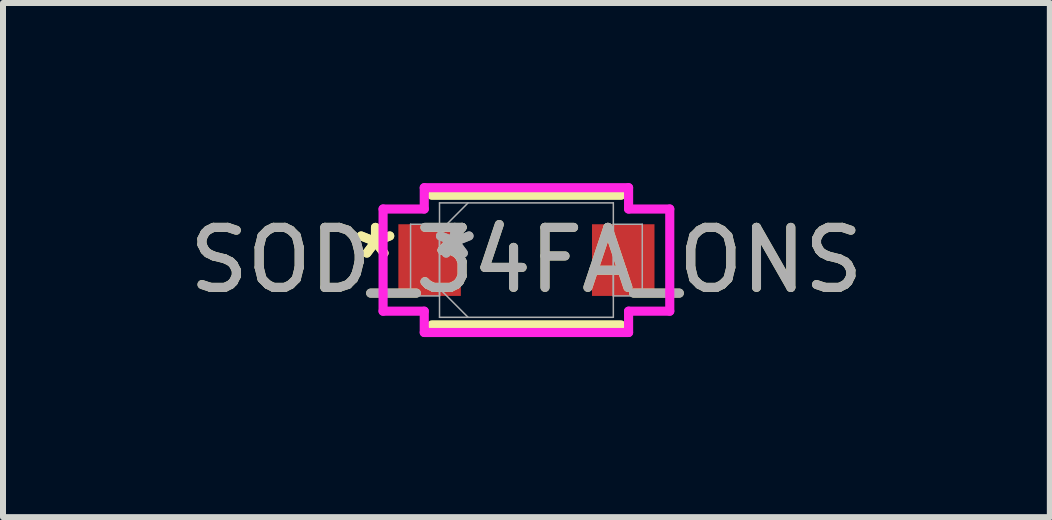
<source format=kicad_pcb>
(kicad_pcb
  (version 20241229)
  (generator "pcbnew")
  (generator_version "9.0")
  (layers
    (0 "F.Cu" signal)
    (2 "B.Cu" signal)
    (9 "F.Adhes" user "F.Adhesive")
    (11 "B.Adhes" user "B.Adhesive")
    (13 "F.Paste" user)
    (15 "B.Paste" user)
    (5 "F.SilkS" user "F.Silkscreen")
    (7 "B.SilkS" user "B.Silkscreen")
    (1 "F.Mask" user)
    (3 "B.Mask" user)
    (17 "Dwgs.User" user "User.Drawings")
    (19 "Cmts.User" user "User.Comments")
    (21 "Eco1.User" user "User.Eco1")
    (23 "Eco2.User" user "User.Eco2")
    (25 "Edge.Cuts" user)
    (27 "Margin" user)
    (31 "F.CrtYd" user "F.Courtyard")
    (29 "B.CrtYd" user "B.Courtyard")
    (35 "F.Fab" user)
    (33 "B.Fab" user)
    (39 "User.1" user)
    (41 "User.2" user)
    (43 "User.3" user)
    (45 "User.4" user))
  (footprint "SOD_34FA_ONS"
    (layer "F.Cu")
    (at 5.72 1.283)
    (property "Reference" "SOD_34FA_ONS" (at 0 0 0) (unlocked yes) (layer "F.SilkS") (effects (font (size 1 1) (thickness 0.15))))
    (attr smd)
    (fp_line (start -1.575 1.079) (end 1.575 1.079) (stroke (width 0.152) (type solid)) (layer "F.SilkS"))
    (fp_line (start 1.575 -1.079) (end -1.575 -1.079) (stroke (width 0.152) (type solid)) (layer "F.SilkS"))
    (fp_line (start -2.388 -0.851) (end -1.702 -0.851) (stroke (width 0.152) (type solid)) (layer "F.CrtYd"))
    (fp_line (start -2.388 0.851) (end -2.388 -0.851) (stroke (width 0.152) (type solid)) (layer "F.CrtYd"))
    (fp_line (start -1.702 -1.206) (end 1.702 -1.206) (stroke (width 0.152) (type solid)) (layer "F.CrtYd"))
    (fp_line (start -1.702 -0.851) (end -1.702 -1.206) (stroke (width 0.152) (type solid)) (layer "F.CrtYd"))
    (fp_line (start -1.702 0.851) (end -2.388 0.851) (stroke (width 0.152) (type solid)) (layer "F.CrtYd"))
    (fp_line (start -1.702 1.206) (end -1.702 0.851) (stroke (width 0.152) (type solid)) (layer "F.CrtYd"))
    (fp_line (start 1.702 -1.206) (end 1.702 -0.851) (stroke (width 0.152) (type solid)) (layer "F.CrtYd"))
    (fp_line (start 1.702 -0.851) (end 2.388 -0.851) (stroke (width 0.152) (type solid)) (layer "F.CrtYd"))
    (fp_line (start 1.702 0.851) (end 1.702 1.206) (stroke (width 0.152) (type solid)) (layer "F.CrtYd"))
    (fp_line (start 1.702 1.206) (end -1.702 1.206) (stroke (width 0.152) (type solid)) (layer "F.CrtYd"))
    (fp_line (start 2.388 -0.851) (end 2.388 0.851) (stroke (width 0.152) (type solid)) (layer "F.CrtYd"))
    (fp_line (start 2.388 0.851) (end 1.702 0.851) (stroke (width 0.152) (type solid)) (layer "F.CrtYd"))
    (fp_line (start -1.93 -0.597) (end -1.93 0.597) (stroke (width 0.025) (type solid)) (layer "F.Fab"))
    (fp_line (start -1.93 0.597) (end -1.448 0.597) (stroke (width 0.025) (type solid)) (layer "F.Fab"))
    (fp_line (start -1.448 -0.953) (end -1.448 0.953) (stroke (width 0.025) (type solid)) (layer "F.Fab"))
    (fp_line (start -1.448 -0.597) (end -1.93 -0.597) (stroke (width 0.025) (type solid)) (layer "F.Fab"))
    (fp_line (start -1.448 -0.476) (end -0.972 -0.953) (stroke (width 0.025) (type solid)) (layer "F.Fab"))
    (fp_line (start -1.448 0.476) (end -0.972 0.953) (stroke (width 0.025) (type solid)) (layer "F.Fab"))
    (fp_line (start -1.448 0.597) (end -1.448 -0.597) (stroke (width 0.025) (type solid)) (layer "F.Fab"))
    (fp_line (start -1.448 0.953) (end 1.448 0.953) (stroke (width 0.025) (type solid)) (layer "F.Fab"))
    (fp_line (start 1.448 -0.953) (end -1.448 -0.953) (stroke (width 0.025) (type solid)) (layer "F.Fab"))
    (fp_line (start 1.448 -0.597) (end 1.448 0.597) (stroke (width 0.025) (type solid)) (layer "F.Fab"))
    (fp_line (start 1.448 0.597) (end 1.93 0.597) (stroke (width 0.025) (type solid)) (layer "F.Fab"))
    (fp_line (start 1.448 0.953) (end 1.448 -0.953) (stroke (width 0.025) (type solid)) (layer "F.Fab"))
    (fp_line (start 1.93 -0.597) (end 1.448 -0.597) (stroke (width 0.025) (type solid)) (layer "F.Fab"))
    (fp_line (start 1.93 0.597) (end 1.93 -0.597) (stroke (width 0.025) (type solid)) (layer "F.Fab"))
    (fp_text user "*" (at -2.515 0 0) (layer "F.SilkS") (effects (font (size 1 1) (thickness 0.15))))
    (fp_text user "*" (at -2.515 0 0) (unlocked yes) (layer "F.SilkS") (effects (font (size 1 1) (thickness 0.15))))
    (fp_text user "${REFERENCE}" (at 0 0 0) (unlocked yes) (layer "F.Fab") (effects (font (size 1 1) (thickness 0.15))))
    (fp_text user "*" (at -1.194 0 0) (unlocked yes) (layer "F.Fab") (effects (font (size 1 1) (thickness 0.15))))
    (fp_text user "*" (at -1.194 0 0) (layer "F.Fab") (effects (font (size 1 1) (thickness 0.15))))
    (pad "1" smd rect (at -1.613 0) (size 1.041 1.194) (layers "F.Cu" "F.Mask" "F.Paste"))
    (pad "2" smd rect (at 1.613 0) (size 1.041 1.194) (layers "F.Cu" "F.Mask" "F.Paste"))
    (zone (net_name "") (layer "F.Cu") (hatch full 0.508) (connect_pads) (min_thickness 0.254) (filled_areas_thickness no) (keepout (tracks not_allowed) (vias not_allowed) (pads allowed) (copperpour not_allowed) (footprints allowed)) (placement (enabled no)) (fill) (polygon (pts (xy 4.679 0.381) (xy 6.762 0.381) (xy 6.762 2.184) (xy 4.679 2.184)))))
  (gr_rect
    (start -3 -3)
    (end 14.44 5.565)
    (stroke (width 0.1) (type default))
    (fill no)
    (layer "Edge.Cuts")))
</source>
